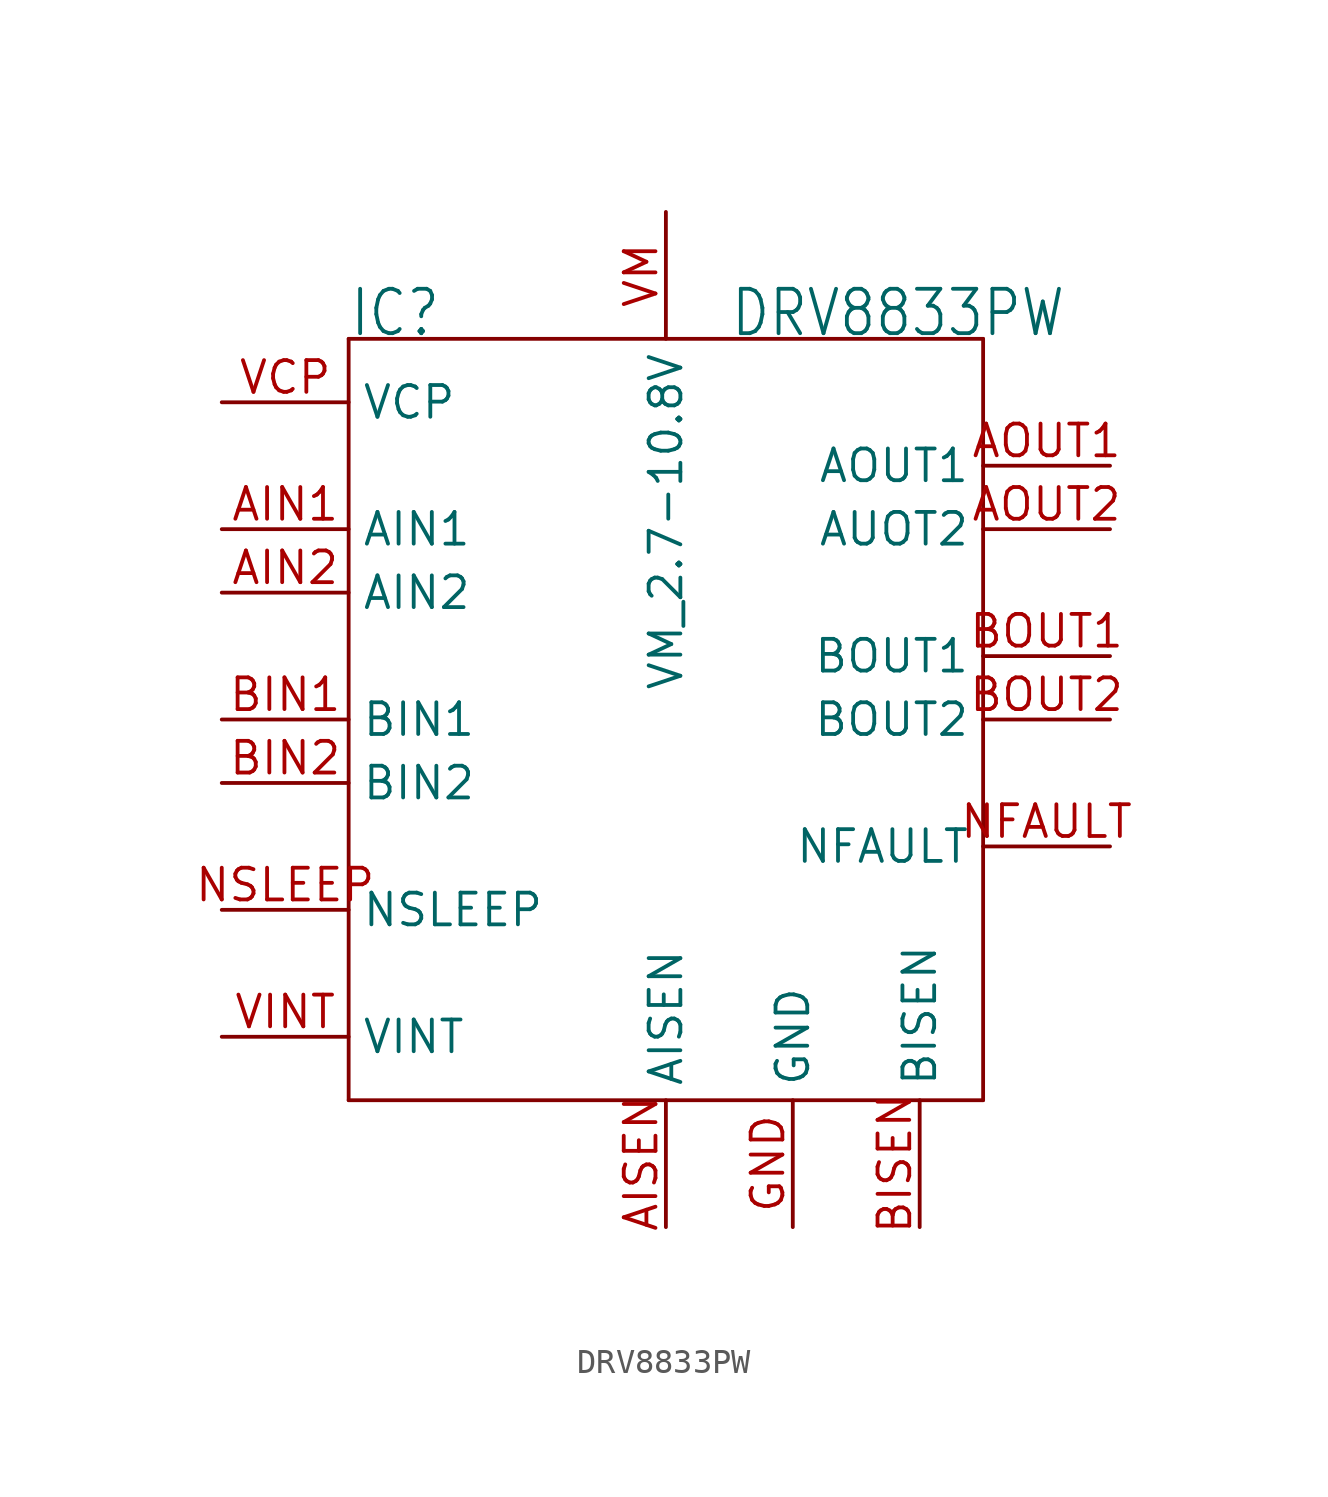
<source format=kicad_sym>
(kicad_symbol_lib
  (version 20211014)
  (generator kicad_symbol_editor)
  (symbol "DRV8833PW"
    (property "Reference" "IC"
      (at -12.7 15.24 0)
      (effects (font (size 1.778 1.511)) (justify left bottom)))
    (property "Value" "DRV8833PW"
      (at 2.54 15.24 0)
      (effects (font (size 1.778 1.511)) (justify left bottom)))
    (property "ki_locked" ""
      (at 0 0 0)
      (effects (font (size 1.27 1.27))))
    (symbol "DRV8833PW_1_0"
      (polyline (pts (xy -12.7 -15.24) (xy 12.7 -15.24)) (stroke (width 0.152) (type default) (color 0 0 0 0)) (fill (type none)))
      (polyline (pts (xy -12.7 15.24) (xy -12.7 -15.24)) (stroke (width 0.152) (type default) (color 0 0 0 0)) (fill (type none)))
      (polyline (pts (xy 12.7 -15.24) (xy 12.7 15.24)) (stroke (width 0.152) (type default) (color 0 0 0 0)) (fill (type none)))
      (polyline (pts (xy 12.7 15.24) (xy -12.7 15.24)) (stroke (width 0.152) (type default) (color 0 0 0 0)) (fill (type none)))
      (pin input line (at -17.78 7.62 0) (length 5.08) (name "AIN1" (effects (font (size 1.27 1.27)))) (number "AIN1" (effects (font (size 1.27 1.27)))))
      (pin input line (at -17.78 5.08 0) (length 5.08) (name "AIN2" (effects (font (size 1.27 1.27)))) (number "AIN2" (effects (font (size 1.27 1.27)))))
      (pin passive line (at 0 -20.32 90) (length 5.08) (name "AISEN" (effects (font (size 1.27 1.27)))) (number "AISEN" (effects (font (size 1.27 1.27)))))
      (pin output line (at 17.78 10.16 180) (length 5.08) (name "AOUT1" (effects (font (size 1.27 1.27)))) (number "AOUT1" (effects (font (size 1.27 1.27)))))
      (pin output line (at 17.78 7.62 180) (length 5.08) (name "AUOT2" (effects (font (size 1.27 1.27)))) (number "AOUT2" (effects (font (size 1.27 1.27)))))
      (pin input line (at -17.78 0 0) (length 5.08) (name "BIN1" (effects (font (size 1.27 1.27)))) (number "BIN1" (effects (font (size 1.27 1.27)))))
      (pin input line (at -17.78 -2.54 0) (length 5.08) (name "BIN2" (effects (font (size 1.27 1.27)))) (number "BIN2" (effects (font (size 1.27 1.27)))))
      (pin passive line (at 10.16 -20.32 90) (length 5.08) (name "BISEN" (effects (font (size 1.27 1.27)))) (number "BISEN" (effects (font (size 1.27 1.27)))))
      (pin output line (at 17.78 2.54 180) (length 5.08) (name "BOUT1" (effects (font (size 1.27 1.27)))) (number "BOUT1" (effects (font (size 1.27 1.27)))))
      (pin output line (at 17.78 0 180) (length 5.08) (name "BOUT2" (effects (font (size 1.27 1.27)))) (number "BOUT2" (effects (font (size 1.27 1.27)))))
      (pin power_in line (at 5.08 -20.32 90) (length 5.08) (name "GND" (effects (font (size 1.27 1.27)))) (number "GND" (effects (font (size 1.27 1.27)))))
      (pin open_collector line (at 17.78 -5.08 180) (length 5.08) (name "NFAULT" (effects (font (size 1.27 1.27)))) (number "NFAULT" (effects (font (size 1.27 1.27)))))
      (pin input line (at -17.78 -7.62 0) (length 5.08) (name "NSLEEP" (effects (font (size 1.27 1.27)))) (number "NSLEEP" (effects (font (size 1.27 1.27)))))
      (pin passive line (at -17.78 12.7 0) (length 5.08) (name "VCP" (effects (font (size 1.27 1.27)))) (number "VCP" (effects (font (size 1.27 1.27)))))
      (pin passive line (at -17.78 -12.7 0) (length 5.08) (name "VINT" (effects (font (size 1.27 1.27)))) (number "VINT" (effects (font (size 1.27 1.27)))))
      (pin power_in line (at 0 20.32 270) (length 5.08) (name "VM_2.7-10.8V" (effects (font (size 1.27 1.27)))) (number "VM" (effects (font (size 1.27 1.27))))))))
</source>
